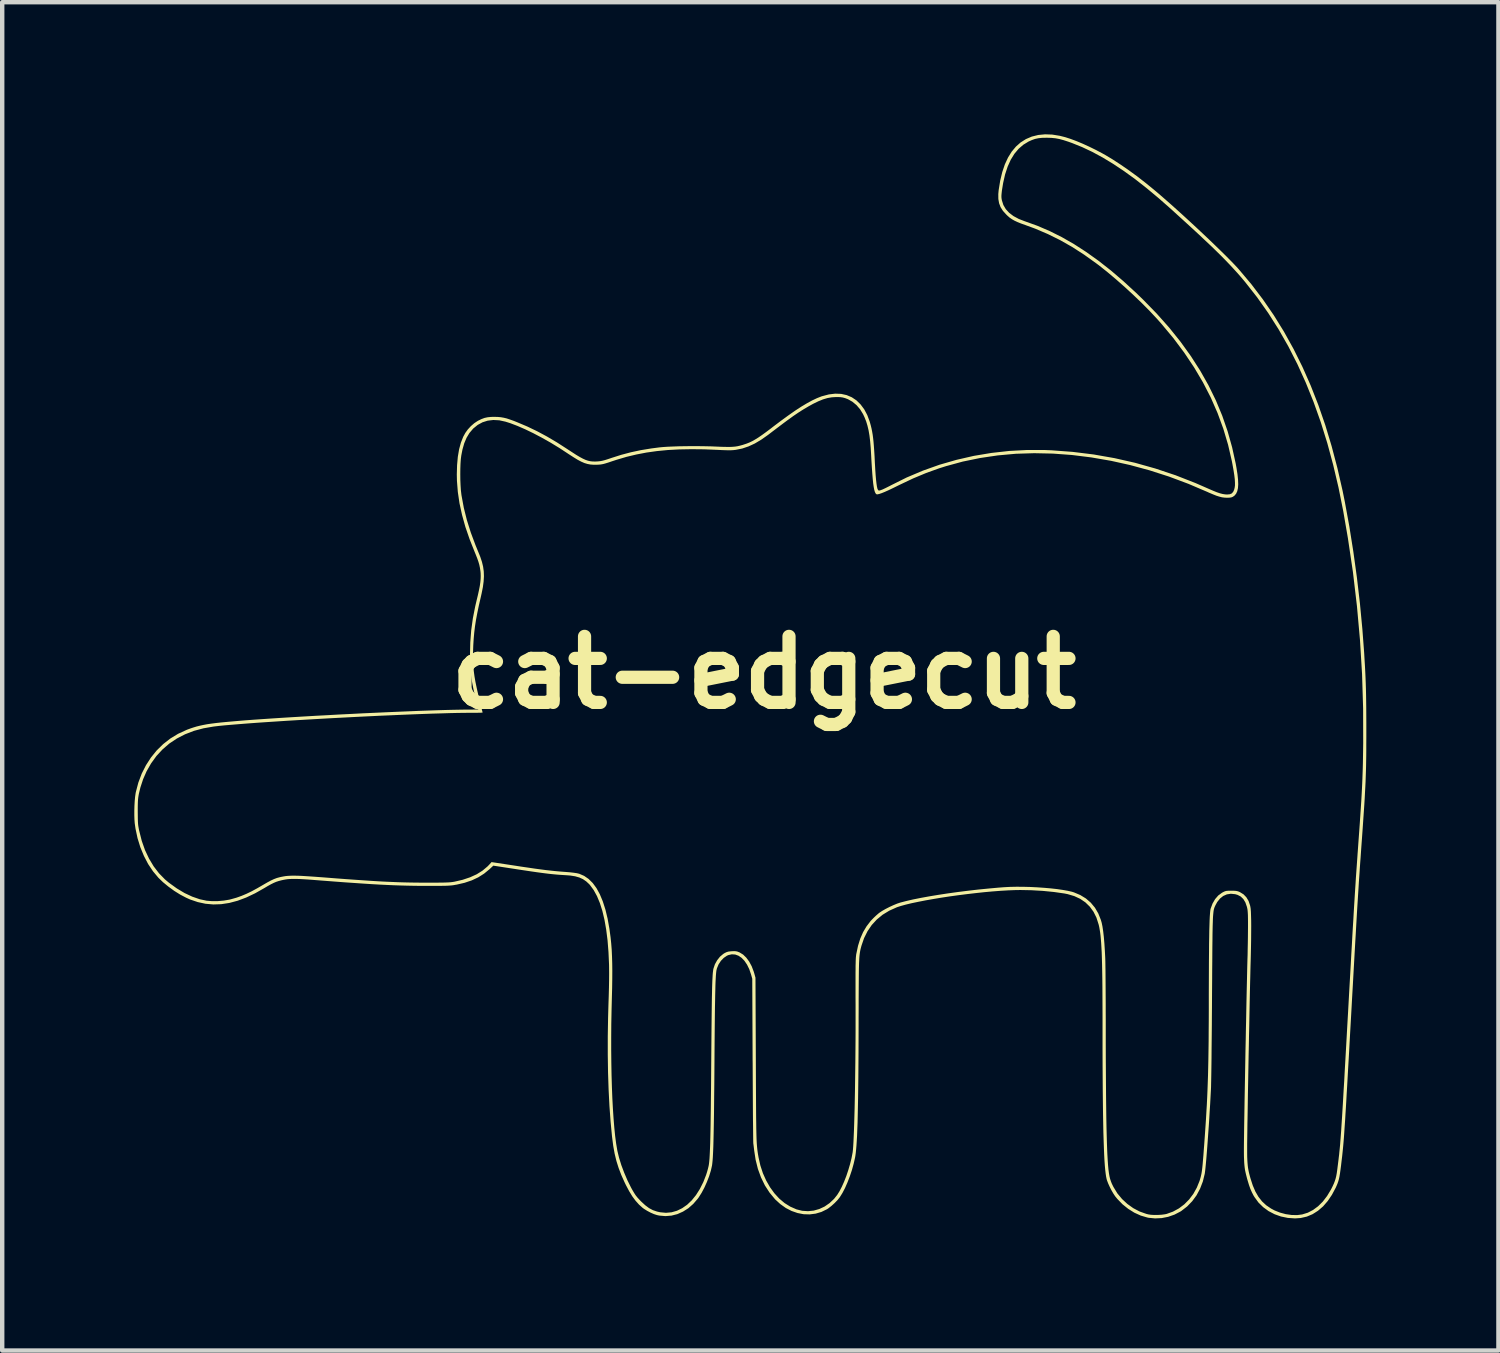
<source format=kicad_pcb>
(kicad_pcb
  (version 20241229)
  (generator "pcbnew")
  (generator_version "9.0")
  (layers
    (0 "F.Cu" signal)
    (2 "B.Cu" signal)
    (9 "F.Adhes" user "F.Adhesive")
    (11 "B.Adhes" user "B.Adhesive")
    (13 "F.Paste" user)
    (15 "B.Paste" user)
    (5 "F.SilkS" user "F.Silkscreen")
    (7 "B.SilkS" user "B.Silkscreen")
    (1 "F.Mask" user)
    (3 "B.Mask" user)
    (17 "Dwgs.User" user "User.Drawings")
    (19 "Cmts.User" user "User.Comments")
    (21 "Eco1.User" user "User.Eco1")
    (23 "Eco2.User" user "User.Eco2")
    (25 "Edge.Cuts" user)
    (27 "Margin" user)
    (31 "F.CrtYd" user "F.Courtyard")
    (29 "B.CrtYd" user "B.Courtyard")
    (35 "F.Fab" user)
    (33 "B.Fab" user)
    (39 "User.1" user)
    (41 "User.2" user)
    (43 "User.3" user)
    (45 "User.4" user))
  (footprint "cat-edgecut"
    (layer "F.Cu")
    (at 14.295 12.222)
    (property "Reference" "cat-edgecut" (at 0 0 0) (layer "F.SilkS") (effects (font (size 1.5 1.5) (thickness 0.3))))
    (attr board_only exclude_from_pos_files exclude_from_bom)
    (fp_poly (pts (xy 6.55 -12.216) (xy 6.722 -12.188) (xy 6.844 -12.157) (xy 6.962 -12.119) (xy 7.096 -12.069) (xy 7.24 -12.009) (xy 7.389 -11.941) (xy 7.538 -11.868) (xy 7.682 -11.792) (xy 7.759 -11.749) (xy 7.922 -11.651) (xy 8.097 -11.537) (xy 8.28 -11.411) (xy 8.467 -11.275) (xy 8.653 -11.131) (xy 8.834 -10.984) (xy 8.849 -10.972) (xy 8.969 -10.871) (xy 9.099 -10.758) (xy 9.236 -10.638) (xy 9.379 -10.51) (xy 9.526 -10.377) (xy 9.674 -10.241) (xy 9.822 -10.104) (xy 9.968 -9.967) (xy 10.11 -9.833) (xy 10.246 -9.702) (xy 10.374 -9.578) (xy 10.492 -9.462) (xy 10.598 -9.355) (xy 10.69 -9.26) (xy 10.766 -9.178) (xy 10.788 -9.153) (xy 11.068 -8.821) (xy 11.331 -8.475) (xy 11.579 -8.115) (xy 11.811 -7.74) (xy 12.028 -7.349) (xy 12.23 -6.942) (xy 12.417 -6.519) (xy 12.59 -6.078) (xy 12.749 -5.619) (xy 12.893 -5.141) (xy 13.024 -4.644) (xy 13.142 -4.128) (xy 13.192 -3.882) (xy 13.294 -3.325) (xy 13.385 -2.752) (xy 13.466 -2.167) (xy 13.535 -1.577) (xy 13.591 -0.987) (xy 13.632 -0.445) (xy 13.641 -0.288) (xy 13.65 -0.144) (xy 13.657 -0.009) (xy 13.663 0.12) (xy 13.668 0.246) (xy 13.672 0.374) (xy 13.675 0.506) (xy 13.677 0.646) (xy 13.679 0.797) (xy 13.68 0.963) (xy 13.681 1.146) (xy 13.681 1.316) (xy 13.681 1.476) (xy 13.68 1.623) (xy 13.68 1.759) (xy 13.679 1.887) (xy 13.677 2.008) (xy 13.675 2.125) (xy 13.672 2.24) (xy 13.668 2.355) (xy 13.664 2.472) (xy 13.658 2.593) (xy 13.651 2.721) (xy 13.644 2.857) (xy 13.635 3.003) (xy 13.624 3.163) (xy 13.612 3.337) (xy 13.599 3.528) (xy 13.584 3.738) (xy 13.567 3.97) (xy 13.559 4.083) (xy 13.551 4.202) (xy 13.542 4.317) (xy 13.534 4.43) (xy 13.527 4.542) (xy 13.519 4.655) (xy 13.511 4.77) (xy 13.504 4.888) (xy 13.496 5.011) (xy 13.488 5.141) (xy 13.479 5.278) (xy 13.47 5.424) (xy 13.461 5.581) (xy 13.451 5.75) (xy 13.441 5.932) (xy 13.429 6.129) (xy 13.417 6.342) (xy 13.404 6.573) (xy 13.39 6.823) (xy 13.375 7.094) (xy 13.358 7.386) (xy 13.346 7.605) (xy 13.328 7.926) (xy 13.311 8.224) (xy 13.296 8.499) (xy 13.282 8.753) (xy 13.268 8.987) (xy 13.256 9.202) (xy 13.245 9.399) (xy 13.234 9.58) (xy 13.225 9.744) (xy 13.216 9.894) (xy 13.207 10.03) (xy 13.2 10.154) (xy 13.192 10.266) (xy 13.185 10.368) (xy 13.179 10.461) (xy 13.173 10.545) (xy 13.167 10.622) (xy 13.161 10.693) (xy 13.155 10.759) (xy 13.149 10.821) (xy 13.143 10.88) (xy 13.137 10.937) (xy 13.131 10.993) (xy 13.124 11.05) (xy 13.117 11.108) (xy 13.11 11.168) (xy 13.108 11.188) (xy 13.094 11.294) (xy 13.082 11.379) (xy 13.07 11.449) (xy 13.057 11.508) (xy 13.042 11.56) (xy 13.024 11.61) (xy 13.002 11.662) (xy 12.987 11.696) (xy 12.9 11.859) (xy 12.804 12.001) (xy 12.699 12.122) (xy 12.584 12.221) (xy 12.461 12.299) (xy 12.33 12.354) (xy 12.191 12.386) (xy 12.062 12.395) (xy 11.899 12.384) (xy 11.743 12.352) (xy 11.597 12.3) (xy 11.461 12.229) (xy 11.339 12.14) (xy 11.232 12.035) (xy 11.143 11.913) (xy 11.12 11.876) (xy 11.082 11.802) (xy 11.048 11.725) (xy 11.017 11.638) (xy 10.986 11.536) (xy 10.974 11.495) (xy 10.96 11.44) (xy 10.947 11.389) (xy 10.936 11.341) (xy 10.926 11.293) (xy 10.919 11.243) (xy 10.913 11.19) (xy 10.908 11.13) (xy 10.905 11.063) (xy 10.902 10.985) (xy 10.901 10.894) (xy 10.901 10.79) (xy 10.902 10.669) (xy 10.904 10.529) (xy 10.906 10.369) (xy 10.908 10.232) (xy 10.911 10.059) (xy 10.914 9.873) (xy 10.917 9.675) (xy 10.921 9.466) (xy 10.925 9.25) (xy 10.929 9.028) (xy 10.933 8.803) (xy 10.937 8.576) (xy 10.942 8.35) (xy 10.946 8.126) (xy 10.951 7.907) (xy 10.955 7.694) (xy 10.959 7.491) (xy 10.963 7.298) (xy 10.967 7.119) (xy 10.971 6.954) (xy 10.974 6.807) (xy 10.977 6.678) (xy 10.98 6.571) (xy 10.981 6.528) (xy 10.985 6.408) (xy 10.987 6.276) (xy 10.99 6.141) (xy 10.992 6.009) (xy 10.993 5.886) (xy 10.994 5.78) (xy 10.994 5.759) (xy 10.994 5.655) (xy 10.993 5.572) (xy 10.992 5.507) (xy 10.989 5.455) (xy 10.986 5.414) (xy 10.982 5.379) (xy 10.976 5.348) (xy 10.969 5.319) (xy 10.935 5.221) (xy 10.889 5.144) (xy 10.829 5.086) (xy 10.756 5.048) (xy 10.703 5.033) (xy 10.605 5.023) (xy 10.514 5.037) (xy 10.432 5.073) (xy 10.359 5.131) (xy 10.295 5.211) (xy 10.262 5.271) (xy 10.252 5.29) (xy 10.244 5.308) (xy 10.236 5.325) (xy 10.229 5.344) (xy 10.223 5.364) (xy 10.217 5.389) (xy 10.212 5.417) (xy 10.208 5.452) (xy 10.204 5.493) (xy 10.2 5.542) (xy 10.197 5.601) (xy 10.195 5.671) (xy 10.192 5.752) (xy 10.19 5.846) (xy 10.188 5.954) (xy 10.187 6.078) (xy 10.185 6.218) (xy 10.184 6.375) (xy 10.183 6.552) (xy 10.181 6.749) (xy 10.18 6.966) (xy 10.178 7.207) (xy 10.177 7.368) (xy 10.176 7.582) (xy 10.174 7.793) (xy 10.173 7.999) (xy 10.171 8.197) (xy 10.169 8.387) (xy 10.167 8.568) (xy 10.166 8.736) (xy 10.164 8.891) (xy 10.162 9.032) (xy 10.16 9.156) (xy 10.158 9.262) (xy 10.156 9.348) (xy 10.155 9.413) (xy 10.153 9.456) (xy 10.153 9.458) (xy 10.144 9.623) (xy 10.135 9.792) (xy 10.124 9.963) (xy 10.114 10.134) (xy 10.103 10.303) (xy 10.091 10.467) (xy 10.08 10.624) (xy 10.069 10.773) (xy 10.058 10.912) (xy 10.048 11.037) (xy 10.038 11.147) (xy 10.029 11.24) (xy 10.021 11.314) (xy 10.014 11.367) (xy 10.012 11.381) (xy 9.969 11.556) (xy 9.906 11.72) (xy 9.826 11.87) (xy 9.728 12.004) (xy 9.613 12.123) (xy 9.484 12.223) (xy 9.458 12.24) (xy 9.325 12.309) (xy 9.182 12.359) (xy 9.034 12.388) (xy 8.884 12.395) (xy 8.737 12.381) (xy 8.709 12.375) (xy 8.559 12.331) (xy 8.413 12.265) (xy 8.274 12.178) (xy 8.144 12.074) (xy 8.027 11.953) (xy 7.98 11.896) (xy 7.939 11.835) (xy 7.896 11.761) (xy 7.855 11.681) (xy 7.819 11.602) (xy 7.792 11.531) (xy 7.783 11.499) (xy 7.772 11.446) (xy 7.762 11.378) (xy 7.752 11.295) (xy 7.743 11.196) (xy 7.735 11.081) (xy 7.728 10.949) (xy 7.722 10.799) (xy 7.716 10.631) (xy 7.71 10.445) (xy 7.706 10.238) (xy 7.702 10.012) (xy 7.699 9.765) (xy 7.696 9.497) (xy 7.694 9.208) (xy 7.692 8.895) (xy 7.691 8.56) (xy 7.691 8.201) (xy 7.691 8.111) (xy 7.691 7.835) (xy 7.69 7.582) (xy 7.689 7.351) (xy 7.688 7.141) (xy 7.686 6.95) (xy 7.683 6.777) (xy 7.68 6.622) (xy 7.676 6.482) (xy 7.672 6.357) (xy 7.666 6.245) (xy 7.66 6.145) (xy 7.653 6.056) (xy 7.646 5.977) (xy 7.637 5.906) (xy 7.627 5.842) (xy 7.617 5.784) (xy 7.605 5.731) (xy 7.6 5.714) (xy 7.552 5.564) (xy 7.486 5.432) (xy 7.402 5.317) (xy 7.302 5.219) (xy 7.185 5.139) (xy 7.051 5.077) (xy 6.9 5.032) (xy 6.825 5.017) (xy 6.588 4.983) (xy 6.336 4.958) (xy 6.078 4.943) (xy 5.824 4.938) (xy 5.704 4.94) (xy 5.547 4.946) (xy 5.377 4.956) (xy 5.196 4.97) (xy 5.007 4.987) (xy 4.813 5.008) (xy 4.616 5.031) (xy 4.418 5.056) (xy 4.222 5.083) (xy 4.031 5.112) (xy 3.846 5.143) (xy 3.67 5.174) (xy 3.507 5.206) (xy 3.358 5.237) (xy 3.225 5.269) (xy 3.112 5.3) (xy 3.02 5.33) (xy 3.016 5.332) (xy 2.849 5.407) (xy 2.698 5.499) (xy 2.565 5.608) (xy 2.45 5.733) (xy 2.354 5.874) (xy 2.276 6.03) (xy 2.22 6.193) (xy 2.21 6.227) (xy 2.202 6.258) (xy 2.194 6.289) (xy 2.188 6.32) (xy 2.182 6.353) (xy 2.177 6.39) (xy 2.172 6.431) (xy 2.168 6.479) (xy 2.165 6.534) (xy 2.162 6.599) (xy 2.16 6.674) (xy 2.158 6.761) (xy 2.157 6.862) (xy 2.156 6.977) (xy 2.155 7.109) (xy 2.154 7.259) (xy 2.153 7.427) (xy 2.153 7.617) (xy 2.152 7.828) (xy 2.152 7.977) (xy 2.151 8.314) (xy 2.15 8.627) (xy 2.148 8.918) (xy 2.146 9.187) (xy 2.143 9.434) (xy 2.14 9.661) (xy 2.136 9.868) (xy 2.132 10.056) (xy 2.128 10.226) (xy 2.122 10.379) (xy 2.117 10.515) (xy 2.11 10.635) (xy 2.103 10.741) (xy 2.095 10.832) (xy 2.087 10.91) (xy 2.078 10.975) (xy 2.072 11.011) (xy 2.04 11.152) (xy 2 11.297) (xy 1.952 11.44) (xy 1.899 11.578) (xy 1.843 11.706) (xy 1.784 11.819) (xy 1.726 11.912) (xy 1.724 11.915) (xy 1.672 11.98) (xy 1.607 12.047) (xy 1.536 12.111) (xy 1.467 12.165) (xy 1.435 12.186) (xy 1.308 12.248) (xy 1.176 12.287) (xy 1.041 12.304) (xy 0.903 12.3) (xy 0.765 12.273) (xy 0.63 12.226) (xy 0.498 12.158) (xy 0.373 12.069) (xy 0.255 11.961) (xy 0.252 11.957) (xy 0.13 11.81) (xy 0.024 11.646) (xy -0.064 11.466) (xy -0.135 11.271) (xy -0.187 11.063) (xy -0.219 10.854) (xy -0.226 10.797) (xy -0.232 10.746) (xy -0.237 10.708) (xy -0.239 10.695) (xy -0.24 10.679) (xy -0.241 10.64) (xy -0.242 10.579) (xy -0.243 10.498) (xy -0.244 10.398) (xy -0.245 10.28) (xy -0.247 10.146) (xy -0.248 9.997) (xy -0.249 9.835) (xy -0.25 9.66) (xy -0.251 9.475) (xy -0.252 9.281) (xy -0.253 9.078) (xy -0.254 8.868) (xy -0.255 8.806) (xy -0.263 6.953) (xy -0.29 6.857) (xy -0.331 6.736) (xy -0.382 6.632) (xy -0.44 6.546) (xy -0.505 6.478) (xy -0.576 6.43) (xy -0.65 6.403) (xy -0.728 6.398) (xy -0.806 6.416) (xy -0.838 6.43) (xy -0.91 6.479) (xy -0.975 6.546) (xy -1.028 6.627) (xy -1.065 6.716) (xy -1.073 6.747) (xy -1.078 6.772) (xy -1.082 6.805) (xy -1.086 6.846) (xy -1.09 6.896) (xy -1.093 6.956) (xy -1.097 7.028) (xy -1.1 7.113) (xy -1.102 7.211) (xy -1.105 7.324) (xy -1.107 7.453) (xy -1.11 7.599) (xy -1.112 7.763) (xy -1.114 7.946) (xy -1.116 8.149) (xy -1.118 8.374) (xy -1.12 8.622) (xy -1.121 8.806) (xy -1.123 9.094) (xy -1.125 9.359) (xy -1.128 9.602) (xy -1.13 9.823) (xy -1.132 10.024) (xy -1.135 10.206) (xy -1.138 10.369) (xy -1.141 10.515) (xy -1.144 10.644) (xy -1.147 10.758) (xy -1.151 10.858) (xy -1.155 10.944) (xy -1.159 11.018) (xy -1.164 11.08) (xy -1.169 11.132) (xy -1.174 11.175) (xy -1.177 11.195) (xy -1.203 11.31) (xy -1.242 11.436) (xy -1.292 11.566) (xy -1.349 11.693) (xy -1.412 11.812) (xy -1.477 11.915) (xy -1.499 11.946) (xy -1.602 12.065) (xy -1.714 12.164) (xy -1.836 12.241) (xy -1.964 12.298) (xy -2.097 12.332) (xy -2.234 12.343) (xy -2.373 12.331) (xy -2.425 12.32) (xy -2.494 12.298) (xy -2.572 12.264) (xy -2.651 12.222) (xy -2.723 12.177) (xy -2.755 12.153) (xy -2.836 12.08) (xy -2.913 11.994) (xy -2.987 11.894) (xy -3.059 11.776) (xy -3.132 11.638) (xy -3.163 11.574) (xy -3.237 11.409) (xy -3.298 11.249) (xy -3.348 11.09) (xy -3.388 10.925) (xy -3.42 10.749) (xy -3.445 10.555) (xy -3.448 10.531) (xy -3.48 10.198) (xy -3.506 9.843) (xy -3.525 9.471) (xy -3.538 9.081) (xy -3.544 8.678) (xy -3.544 8.264) (xy -3.537 7.84) (xy -3.529 7.551) (xy -3.522 7.341) (xy -3.517 7.151) (xy -3.514 6.981) (xy -3.513 6.832) (xy -3.514 6.706) (xy -3.515 6.632) (xy -3.528 6.346) (xy -3.549 6.081) (xy -3.58 5.836) (xy -3.619 5.614) (xy -3.667 5.412) (xy -3.724 5.233) (xy -3.789 5.076) (xy -3.863 4.941) (xy -3.945 4.829) (xy -3.966 4.805) (xy -4.034 4.742) (xy -4.107 4.692) (xy -4.189 4.654) (xy -4.284 4.627) (xy -4.396 4.609) (xy -4.491 4.602) (xy -4.571 4.597) (xy -4.647 4.592) (xy -4.72 4.586) (xy -4.794 4.579) (xy -4.871 4.571) (xy -4.954 4.561) (xy -5.046 4.549) (xy -5.149 4.535) (xy -5.267 4.518) (xy -5.401 4.498) (xy -5.556 4.475) (xy -5.658 4.459) (xy -6.143 4.385) (xy -6.229 4.465) (xy -6.352 4.566) (xy -6.485 4.65) (xy -6.632 4.719) (xy -6.795 4.774) (xy -6.976 4.816) (xy -6.986 4.817) (xy -7.024 4.824) (xy -7.059 4.83) (xy -7.094 4.834) (xy -7.133 4.837) (xy -7.178 4.84) (xy -7.231 4.842) (xy -7.296 4.843) (xy -7.375 4.844) (xy -7.471 4.844) (xy -7.587 4.844) (xy -7.666 4.844) (xy -7.815 4.844) (xy -7.961 4.842) (xy -8.107 4.839) (xy -8.253 4.835) (xy -8.404 4.83) (xy -8.56 4.823) (xy -8.725 4.815) (xy -8.9 4.805) (xy -9.087 4.793) (xy -9.289 4.779) (xy -9.509 4.764) (xy -9.748 4.746) (xy -10.008 4.726) (xy -10.061 4.722) (xy -10.214 4.71) (xy -10.344 4.7) (xy -10.456 4.693) (xy -10.55 4.688) (xy -10.631 4.686) (xy -10.7 4.686) (xy -10.76 4.688) (xy -10.813 4.692) (xy -10.863 4.699) (xy -10.911 4.708) (xy -10.952 4.717) (xy -11.014 4.733) (xy -11.072 4.752) (xy -11.129 4.776) (xy -11.193 4.808) (xy -11.267 4.849) (xy -11.344 4.895) (xy -11.553 5.013) (xy -11.755 5.109) (xy -11.95 5.182) (xy -12.139 5.232) (xy -12.323 5.26) (xy -12.503 5.266) (xy -12.68 5.25) (xy -12.855 5.212) (xy -13.029 5.153) (xy -13.12 5.112) (xy -13.253 5.042) (xy -13.389 4.957) (xy -13.521 4.861) (xy -13.643 4.761) (xy -13.747 4.661) (xy -13.871 4.513) (xy -13.982 4.347) (xy -14.077 4.164) (xy -14.158 3.968) (xy -14.222 3.761) (xy -14.268 3.545) (xy -14.286 3.42) (xy -14.292 3.338) (xy -14.295 3.24) (xy -14.295 3.163) (xy -14.217 3.163) (xy -14.216 3.256) (xy -14.215 3.33) (xy -14.213 3.389) (xy -14.21 3.439) (xy -14.205 3.483) (xy -14.197 3.528) (xy -14.188 3.578) (xy -14.183 3.597) (xy -14.126 3.822) (xy -14.052 4.032) (xy -13.961 4.225) (xy -13.856 4.4) (xy -13.735 4.558) (xy -13.599 4.697) (xy -13.511 4.771) (xy -13.331 4.901) (xy -13.154 5.007) (xy -12.979 5.089) (xy -12.808 5.148) (xy -12.653 5.181) (xy -12.531 5.191) (xy -12.398 5.19) (xy -12.262 5.178) (xy -12.133 5.156) (xy -12.091 5.145) (xy -11.974 5.112) (xy -11.862 5.072) (xy -11.748 5.024) (xy -11.63 4.967) (xy -11.501 4.897) (xy -11.37 4.821) (xy -11.275 4.766) (xy -11.195 4.723) (xy -11.124 4.69) (xy -11.058 4.665) (xy -10.991 4.647) (xy -10.955 4.639) (xy -10.908 4.63) (xy -10.86 4.622) (xy -10.81 4.617) (xy -10.756 4.614) (xy -10.695 4.612) (xy -10.625 4.613) (xy -10.543 4.615) (xy -10.448 4.62) (xy -10.337 4.627) (xy -10.207 4.636) (xy -10.057 4.647) (xy -9.964 4.654) (xy -9.712 4.674) (xy -9.483 4.691) (xy -9.273 4.706) (xy -9.081 4.719) (xy -8.904 4.731) (xy -8.739 4.741) (xy -8.586 4.749) (xy -8.441 4.755) (xy -8.302 4.761) (xy -8.167 4.765) (xy -8.033 4.768) (xy -7.899 4.77) (xy -7.761 4.771) (xy -7.672 4.771) (xy -7.542 4.771) (xy -7.433 4.771) (xy -7.343 4.77) (xy -7.269 4.769) (xy -7.209 4.767) (xy -7.16 4.765) (xy -7.118 4.762) (xy -7.083 4.758) (xy -7.05 4.753) (xy -7.026 4.749) (xy -6.84 4.706) (xy -6.67 4.649) (xy -6.519 4.58) (xy -6.387 4.497) (xy -6.275 4.403) (xy -6.238 4.365) (xy -6.183 4.304) (xy -5.677 4.381) (xy -5.496 4.409) (xy -5.337 4.432) (xy -5.195 4.453) (xy -5.068 4.47) (xy -4.952 4.485) (xy -4.844 4.497) (xy -4.742 4.508) (xy -4.641 4.517) (xy -4.54 4.525) (xy -4.51 4.527) (xy -4.401 4.536) (xy -4.315 4.546) (xy -4.248 4.556) (xy -4.197 4.568) (xy -4.192 4.569) (xy -4.081 4.617) (xy -3.979 4.687) (xy -3.885 4.78) (xy -3.8 4.896) (xy -3.724 5.035) (xy -3.657 5.196) (xy -3.598 5.38) (xy -3.548 5.587) (xy -3.507 5.816) (xy -3.48 6.015) (xy -3.466 6.15) (xy -3.455 6.29) (xy -3.448 6.438) (xy -3.443 6.598) (xy -3.441 6.771) (xy -3.442 6.961) (xy -3.445 7.17) (xy -3.45 7.349) (xy -3.458 7.664) (xy -3.464 7.975) (xy -3.466 8.28) (xy -3.466 8.578) (xy -3.463 8.868) (xy -3.458 9.148) (xy -3.45 9.416) (xy -3.44 9.671) (xy -3.427 9.911) (xy -3.412 10.135) (xy -3.395 10.341) (xy -3.376 10.528) (xy -3.354 10.694) (xy -3.33 10.837) (xy -3.326 10.86) (xy -3.288 11.017) (xy -3.236 11.185) (xy -3.171 11.358) (xy -3.097 11.531) (xy -3.015 11.696) (xy -2.984 11.752) (xy -2.945 11.818) (xy -2.909 11.873) (xy -2.868 11.924) (xy -2.818 11.978) (xy -2.785 12.012) (xy -2.694 12.096) (xy -2.607 12.161) (xy -2.519 12.208) (xy -2.424 12.24) (xy -2.352 12.256) (xy -2.222 12.268) (xy -2.094 12.256) (xy -1.972 12.221) (xy -1.854 12.163) (xy -1.742 12.085) (xy -1.638 11.986) (xy -1.541 11.866) (xy -1.453 11.727) (xy -1.374 11.57) (xy -1.311 11.408) (xy -1.29 11.342) (xy -1.27 11.27) (xy -1.254 11.204) (xy -1.249 11.177) (xy -1.244 11.14) (xy -1.239 11.093) (xy -1.234 11.035) (xy -1.23 10.966) (xy -1.226 10.885) (xy -1.222 10.791) (xy -1.218 10.682) (xy -1.215 10.558) (xy -1.212 10.417) (xy -1.209 10.26) (xy -1.207 10.084) (xy -1.204 9.889) (xy -1.202 9.674) (xy -1.199 9.438) (xy -1.197 9.179) (xy -1.195 8.898) (xy -1.194 8.794) (xy -1.192 8.53) (xy -1.19 8.29) (xy -1.188 8.071) (xy -1.186 7.874) (xy -1.184 7.697) (xy -1.182 7.538) (xy -1.18 7.397) (xy -1.177 7.273) (xy -1.175 7.165) (xy -1.172 7.07) (xy -1.169 6.989) (xy -1.165 6.92) (xy -1.162 6.863) (xy -1.158 6.815) (xy -1.153 6.776) (xy -1.149 6.744) (xy -1.144 6.722) (xy -1.111 6.624) (xy -1.06 6.533) (xy -0.996 6.452) (xy -0.921 6.389) (xy -0.887 6.368) (xy -0.845 6.348) (xy -0.804 6.336) (xy -0.752 6.33) (xy -0.724 6.328) (xy -0.671 6.326) (xy -0.632 6.329) (xy -0.597 6.337) (xy -0.557 6.353) (xy -0.55 6.356) (xy -0.471 6.404) (xy -0.399 6.474) (xy -0.333 6.563) (xy -0.276 6.669) (xy -0.23 6.79) (xy -0.217 6.832) (xy -0.19 6.929) (xy -0.182 8.775) (xy -0.181 9.029) (xy -0.18 9.26) (xy -0.179 9.469) (xy -0.178 9.657) (xy -0.177 9.826) (xy -0.176 9.977) (xy -0.175 10.112) (xy -0.173 10.231) (xy -0.172 10.337) (xy -0.17 10.43) (xy -0.168 10.511) (xy -0.166 10.582) (xy -0.163 10.644) (xy -0.16 10.699) (xy -0.156 10.748) (xy -0.152 10.792) (xy -0.148 10.832) (xy -0.143 10.87) (xy -0.138 10.906) (xy -0.132 10.943) (xy -0.125 10.982) (xy -0.121 11.006) (xy -0.079 11.193) (xy -0.021 11.37) (xy 0.053 11.535) (xy 0.14 11.687) (xy 0.239 11.824) (xy 0.35 11.945) (xy 0.471 12.047) (xy 0.601 12.128) (xy 0.738 12.188) (xy 0.739 12.189) (xy 0.87 12.222) (xy 1.002 12.231) (xy 1.132 12.218) (xy 1.259 12.182) (xy 1.379 12.126) (xy 1.492 12.048) (xy 1.594 11.952) (xy 1.665 11.863) (xy 1.717 11.78) (xy 1.77 11.678) (xy 1.823 11.56) (xy 1.873 11.432) (xy 1.918 11.297) (xy 1.958 11.161) (xy 1.991 11.028) (xy 2.015 10.903) (xy 2.017 10.891) (xy 2.023 10.837) (xy 2.029 10.76) (xy 2.035 10.662) (xy 2.04 10.544) (xy 2.046 10.408) (xy 2.051 10.255) (xy 2.056 10.086) (xy 2.061 9.904) (xy 2.065 9.709) (xy 2.069 9.504) (xy 2.072 9.289) (xy 2.075 9.066) (xy 2.078 8.837) (xy 2.08 8.603) (xy 2.082 8.366) (xy 2.083 8.127) (xy 2.083 7.888) (xy 2.083 7.65) (xy 2.083 7.551) (xy 2.082 7.364) (xy 2.082 7.199) (xy 2.082 7.056) (xy 2.082 6.932) (xy 2.082 6.826) (xy 2.083 6.736) (xy 2.083 6.66) (xy 2.085 6.597) (xy 2.086 6.545) (xy 2.088 6.502) (xy 2.09 6.466) (xy 2.093 6.437) (xy 2.096 6.411) (xy 2.099 6.388) (xy 2.1 6.387) (xy 2.139 6.204) (xy 2.19 6.04) (xy 2.254 5.894) (xy 2.332 5.763) (xy 2.424 5.643) (xy 2.45 5.615) (xy 2.498 5.566) (xy 2.55 5.517) (xy 2.599 5.474) (xy 2.62 5.457) (xy 2.683 5.415) (xy 2.761 5.37) (xy 2.849 5.325) (xy 2.94 5.283) (xy 3.027 5.247) (xy 3.099 5.223) (xy 3.234 5.188) (xy 3.39 5.152) (xy 3.565 5.117) (xy 3.757 5.082) (xy 3.962 5.048) (xy 4.178 5.015) (xy 4.402 4.984) (xy 4.632 4.955) (xy 4.865 4.928) (xy 5.098 4.905) (xy 5.328 4.884) (xy 5.46 4.874) (xy 5.594 4.867) (xy 5.739 4.864) (xy 5.892 4.865) (xy 6.049 4.869) (xy 6.208 4.877) (xy 6.365 4.888) (xy 6.516 4.901) (xy 6.658 4.917) (xy 6.788 4.936) (xy 6.902 4.956) (xy 6.998 4.978) (xy 7.042 4.992) (xy 7.185 5.052) (xy 7.313 5.13) (xy 7.424 5.226) (xy 7.518 5.339) (xy 7.594 5.469) (xy 7.652 5.614) (xy 7.672 5.683) (xy 7.689 5.765) (xy 7.705 5.871) (xy 7.72 6) (xy 7.733 6.15) (xy 7.744 6.322) (xy 7.751 6.454) (xy 7.753 6.5) (xy 7.755 6.569) (xy 7.756 6.659) (xy 7.758 6.767) (xy 7.759 6.892) (xy 7.76 7.032) (xy 7.761 7.184) (xy 7.762 7.347) (xy 7.763 7.52) (xy 7.763 7.699) (xy 7.764 7.883) (xy 7.764 8.07) (xy 7.764 8.093) (xy 7.764 8.437) (xy 7.765 8.765) (xy 7.767 9.075) (xy 7.769 9.367) (xy 7.771 9.64) (xy 7.774 9.893) (xy 7.777 10.126) (xy 7.781 10.337) (xy 7.786 10.527) (xy 7.791 10.695) (xy 7.796 10.839) (xy 7.8 10.933) (xy 7.808 11.07) (xy 7.816 11.185) (xy 7.825 11.283) (xy 7.836 11.366) (xy 7.848 11.437) (xy 7.863 11.499) (xy 7.882 11.556) (xy 7.904 11.611) (xy 7.931 11.666) (xy 7.941 11.685) (xy 8.028 11.827) (xy 8.134 11.955) (xy 8.255 12.067) (xy 8.388 12.162) (xy 8.532 12.238) (xy 8.684 12.292) (xy 8.731 12.304) (xy 8.792 12.313) (xy 8.869 12.317) (xy 8.953 12.316) (xy 9.036 12.311) (xy 9.109 12.301) (xy 9.147 12.293) (xy 9.291 12.241) (xy 9.425 12.168) (xy 9.547 12.076) (xy 9.657 11.965) (xy 9.753 11.838) (xy 9.832 11.696) (xy 9.895 11.541) (xy 9.921 11.451) (xy 9.929 11.416) (xy 9.937 11.379) (xy 9.944 11.337) (xy 9.951 11.287) (xy 9.958 11.228) (xy 9.965 11.156) (xy 9.972 11.069) (xy 9.981 10.965) (xy 9.99 10.841) (xy 10 10.713) (xy 10.014 10.516) (xy 10.027 10.33) (xy 10.039 10.152) (xy 10.049 9.981) (xy 10.059 9.815) (xy 10.067 9.651) (xy 10.074 9.486) (xy 10.08 9.32) (xy 10.086 9.15) (xy 10.09 8.972) (xy 10.094 8.787) (xy 10.097 8.59) (xy 10.1 8.381) (xy 10.101 8.156) (xy 10.103 7.914) (xy 10.104 7.652) (xy 10.104 7.369) (xy 10.104 7.301) (xy 10.105 7.027) (xy 10.106 6.778) (xy 10.107 6.551) (xy 10.109 6.347) (xy 10.11 6.164) (xy 10.113 6.001) (xy 10.115 5.859) (xy 10.119 5.735) (xy 10.122 5.63) (xy 10.126 5.543) (xy 10.131 5.473) (xy 10.136 5.419) (xy 10.141 5.381) (xy 10.145 5.363) (xy 10.189 5.245) (xy 10.247 5.145) (xy 10.318 5.063) (xy 10.402 5.001) (xy 10.411 4.996) (xy 10.447 4.977) (xy 10.476 4.965) (xy 10.506 4.958) (xy 10.543 4.955) (xy 10.596 4.955) (xy 10.616 4.955) (xy 10.677 4.955) (xy 10.721 4.958) (xy 10.756 4.965) (xy 10.788 4.976) (xy 10.812 4.987) (xy 10.892 5.036) (xy 10.956 5.102) (xy 11.006 5.185) (xy 11.041 5.288) (xy 11.048 5.32) (xy 11.055 5.365) (xy 11.06 5.432) (xy 11.063 5.52) (xy 11.066 5.629) (xy 11.067 5.755) (xy 11.066 5.899) (xy 11.065 6.058) (xy 11.062 6.231) (xy 11.058 6.417) (xy 11.055 6.54) (xy 11.052 6.636) (xy 11.049 6.753) (xy 11.046 6.891) (xy 11.042 7.047) (xy 11.038 7.219) (xy 11.034 7.405) (xy 11.03 7.603) (xy 11.026 7.811) (xy 11.022 8.026) (xy 11.017 8.247) (xy 11.013 8.472) (xy 11.008 8.698) (xy 11.004 8.924) (xy 11 9.146) (xy 10.996 9.364) (xy 10.992 9.576) (xy 10.989 9.778) (xy 10.986 9.969) (xy 10.983 10.148) (xy 10.981 10.232) (xy 10.979 10.408) (xy 10.977 10.561) (xy 10.975 10.695) (xy 10.975 10.81) (xy 10.975 10.91) (xy 10.976 10.996) (xy 10.979 11.07) (xy 10.983 11.135) (xy 10.988 11.192) (xy 10.994 11.244) (xy 11.003 11.293) (xy 11.012 11.34) (xy 11.024 11.389) (xy 11.038 11.442) (xy 11.05 11.485) (xy 11.102 11.646) (xy 11.162 11.786) (xy 11.232 11.906) (xy 11.313 12.009) (xy 11.408 12.097) (xy 11.517 12.171) (xy 11.597 12.214) (xy 11.72 12.263) (xy 11.85 12.298) (xy 11.982 12.317) (xy 12.109 12.32) (xy 12.224 12.305) (xy 12.351 12.266) (xy 12.472 12.203) (xy 12.586 12.119) (xy 12.693 12.013) (xy 12.79 11.886) (xy 12.878 11.74) (xy 12.913 11.671) (xy 12.942 11.608) (xy 12.964 11.552) (xy 12.982 11.497) (xy 12.997 11.437) (xy 13.01 11.366) (xy 13.022 11.28) (xy 13.028 11.231) (xy 13.036 11.17) (xy 13.043 11.112) (xy 13.05 11.057) (xy 13.056 11.003) (xy 13.063 10.949) (xy 13.068 10.894) (xy 13.074 10.837) (xy 13.08 10.777) (xy 13.086 10.714) (xy 13.091 10.645) (xy 13.097 10.571) (xy 13.103 10.49) (xy 13.11 10.4) (xy 13.116 10.301) (xy 13.123 10.193) (xy 13.131 10.073) (xy 13.139 9.94) (xy 13.148 9.795) (xy 13.157 9.635) (xy 13.167 9.46) (xy 13.179 9.269) (xy 13.19 9.06) (xy 13.203 8.833) (xy 13.217 8.587) (xy 13.232 8.32) (xy 13.248 8.031) (xy 13.266 7.72) (xy 13.279 7.483) (xy 13.296 7.179) (xy 13.312 6.897) (xy 13.327 6.637) (xy 13.34 6.397) (xy 13.353 6.175) (xy 13.364 5.971) (xy 13.375 5.782) (xy 13.386 5.607) (xy 13.395 5.446) (xy 13.404 5.295) (xy 13.413 5.154) (xy 13.421 5.022) (xy 13.429 4.897) (xy 13.437 4.777) (xy 13.444 4.662) (xy 13.452 4.549) (xy 13.46 4.437) (xy 13.468 4.325) (xy 13.476 4.212) (xy 13.484 4.095) (xy 13.486 4.071) (xy 13.503 3.831) (xy 13.519 3.614) (xy 13.533 3.416) (xy 13.545 3.237) (xy 13.556 3.072) (xy 13.566 2.922) (xy 13.574 2.782) (xy 13.581 2.651) (xy 13.587 2.528) (xy 13.592 2.409) (xy 13.596 2.292) (xy 13.6 2.176) (xy 13.603 2.058) (xy 13.605 1.935) (xy 13.607 1.807) (xy 13.609 1.67) (xy 13.61 1.597) (xy 13.608 0.813) (xy 13.584 0.036) (xy 13.537 -0.737) (xy 13.468 -1.508) (xy 13.377 -2.28) (xy 13.262 -3.055) (xy 13.156 -3.669) (xy 13.049 -4.203) (xy 12.928 -4.717) (xy 12.794 -5.212) (xy 12.646 -5.687) (xy 12.483 -6.144) (xy 12.306 -6.583) (xy 12.115 -7.004) (xy 11.909 -7.408) (xy 11.688 -7.795) (xy 11.452 -8.166) (xy 11.201 -8.521) (xy 10.935 -8.86) (xy 10.908 -8.893) (xy 10.831 -8.984) (xy 10.752 -9.074) (xy 10.669 -9.165) (xy 10.582 -9.259) (xy 10.489 -9.356) (xy 10.389 -9.458) (xy 10.28 -9.565) (xy 10.161 -9.681) (xy 10.03 -9.804) (xy 9.888 -9.938) (xy 9.731 -10.083) (xy 9.559 -10.24) (xy 9.371 -10.411) (xy 9.245 -10.526) (xy 8.965 -10.772) (xy 8.695 -10.997) (xy 8.434 -11.202) (xy 8.18 -11.386) (xy 7.934 -11.55) (xy 7.693 -11.696) (xy 7.458 -11.823) (xy 7.227 -11.932) (xy 6.999 -12.024) (xy 6.918 -12.053) (xy 6.807 -12.089) (xy 6.711 -12.115) (xy 6.621 -12.132) (xy 6.531 -12.141) (xy 6.433 -12.144) (xy 6.417 -12.144) (xy 6.317 -12.142) (xy 6.233 -12.133) (xy 6.158 -12.117) (xy 6.085 -12.091) (xy 6.013 -12.059) (xy 5.893 -11.986) (xy 5.785 -11.893) (xy 5.69 -11.78) (xy 5.607 -11.645) (xy 5.537 -11.49) (xy 5.479 -11.314) (xy 5.434 -11.117) (xy 5.406 -10.945) (xy 5.399 -10.88) (xy 5.395 -10.832) (xy 5.395 -10.793) (xy 5.399 -10.757) (xy 5.406 -10.721) (xy 5.439 -10.617) (xy 5.494 -10.523) (xy 5.571 -10.439) (xy 5.669 -10.365) (xy 5.79 -10.3) (xy 5.932 -10.245) (xy 5.936 -10.244) (xy 6.214 -10.144) (xy 6.491 -10.025) (xy 6.767 -9.887) (xy 7.043 -9.729) (xy 7.32 -9.55) (xy 7.6 -9.35) (xy 7.882 -9.129) (xy 8.167 -8.885) (xy 8.457 -8.618) (xy 8.615 -8.465) (xy 8.921 -8.151) (xy 9.203 -7.834) (xy 9.461 -7.513) (xy 9.695 -7.188) (xy 9.907 -6.858) (xy 10.097 -6.522) (xy 10.264 -6.181) (xy 10.409 -5.832) (xy 10.532 -5.476) (xy 10.634 -5.113) (xy 10.716 -4.74) (xy 10.732 -4.65) (xy 10.755 -4.504) (xy 10.768 -4.38) (xy 10.772 -4.275) (xy 10.766 -4.188) (xy 10.75 -4.117) (xy 10.724 -4.061) (xy 10.688 -4.018) (xy 10.653 -3.993) (xy 10.622 -3.979) (xy 10.583 -3.972) (xy 10.529 -3.969) (xy 10.519 -3.969) (xy 10.461 -3.972) (xy 10.405 -3.979) (xy 10.345 -3.994) (xy 10.278 -4.015) (xy 10.2 -4.046) (xy 10.105 -4.086) (xy 10.073 -4.101) (xy 9.639 -4.286) (xy 9.2 -4.45) (xy 8.758 -4.592) (xy 8.316 -4.712) (xy 7.888 -4.807) (xy 7.438 -4.885) (xy 6.997 -4.94) (xy 6.564 -4.972) (xy 6.139 -4.981) (xy 5.722 -4.968) (xy 5.313 -4.931) (xy 4.913 -4.872) (xy 4.519 -4.791) (xy 4.134 -4.686) (xy 3.979 -4.637) (xy 3.687 -4.532) (xy 3.392 -4.409) (xy 3.09 -4.266) (xy 3.059 -4.251) (xy 2.935 -4.19) (xy 2.831 -4.14) (xy 2.745 -4.102) (xy 2.676 -4.074) (xy 2.623 -4.056) (xy 2.583 -4.047) (xy 2.57 -4.046) (xy 2.552 -4.052) (xy 2.536 -4.071) (xy 2.521 -4.103) (xy 2.507 -4.15) (xy 2.495 -4.213) (xy 2.483 -4.294) (xy 2.473 -4.394) (xy 2.463 -4.513) (xy 2.453 -4.653) (xy 2.443 -4.816) (xy 2.437 -4.93) (xy 2.427 -5.102) (xy 2.414 -5.252) (xy 2.398 -5.384) (xy 2.378 -5.501) (xy 2.353 -5.606) (xy 2.324 -5.702) (xy 2.289 -5.791) (xy 2.253 -5.868) (xy 2.186 -5.977) (xy 2.105 -6.072) (xy 2.012 -6.149) (xy 1.91 -6.207) (xy 1.847 -6.231) (xy 1.792 -6.246) (xy 1.736 -6.254) (xy 1.67 -6.256) (xy 1.639 -6.256) (xy 1.542 -6.25) (xy 1.445 -6.233) (xy 1.344 -6.203) (xy 1.236 -6.159) (xy 1.117 -6.101) (xy 1.014 -6.044) (xy 0.955 -6.009) (xy 0.899 -5.976) (xy 0.845 -5.942) (xy 0.79 -5.907) (xy 0.732 -5.868) (xy 0.669 -5.825) (xy 0.6 -5.775) (xy 0.521 -5.718) (xy 0.431 -5.651) (xy 0.328 -5.573) (xy 0.21 -5.484) (xy 0.095 -5.396) (xy -0.059 -5.288) (xy -0.205 -5.201) (xy -0.348 -5.135) (xy -0.49 -5.087) (xy -0.633 -5.058) (xy -0.646 -5.056) (xy -0.692 -5.051) (xy -0.742 -5.048) (xy -0.8 -5.047) (xy -0.871 -5.049) (xy -0.959 -5.052) (xy -1.04 -5.056) (xy -1.353 -5.069) (xy -1.646 -5.072) (xy -1.921 -5.067) (xy -2.18 -5.053) (xy -2.427 -5.029) (xy -2.663 -4.996) (xy -2.892 -4.952) (xy -3.115 -4.899) (xy -3.335 -4.834) (xy -3.443 -4.799) (xy -3.522 -4.772) (xy -3.583 -4.753) (xy -3.631 -4.739) (xy -3.672 -4.73) (xy -3.711 -4.724) (xy -3.752 -4.721) (xy -3.791 -4.719) (xy -3.869 -4.719) (xy -3.939 -4.724) (xy -4.007 -4.737) (xy -4.076 -4.758) (xy -4.149 -4.79) (xy -4.23 -4.833) (xy -4.321 -4.889) (xy -4.428 -4.958) (xy -4.443 -4.968) (xy -4.641 -5.098) (xy -4.841 -5.22) (xy -5.039 -5.332) (xy -5.233 -5.434) (xy -5.419 -5.524) (xy -5.596 -5.601) (xy -5.759 -5.663) (xy -5.867 -5.697) (xy -6.008 -5.728) (xy -6.143 -5.735) (xy -6.27 -5.72) (xy -6.388 -5.683) (xy -6.498 -5.623) (xy -6.598 -5.542) (xy -6.606 -5.533) (xy -6.685 -5.44) (xy -6.75 -5.332) (xy -6.803 -5.207) (xy -6.844 -5.063) (xy -6.87 -4.93) (xy -6.881 -4.846) (xy -6.888 -4.743) (xy -6.892 -4.628) (xy -6.893 -4.505) (xy -6.892 -4.38) (xy -6.887 -4.259) (xy -6.88 -4.147) (xy -6.869 -4.05) (xy -6.865 -4.022) (xy -6.813 -3.741) (xy -6.743 -3.461) (xy -6.654 -3.178) (xy -6.546 -2.889) (xy -6.493 -2.76) (xy -6.441 -2.633) (xy -6.402 -2.516) (xy -6.375 -2.406) (xy -6.36 -2.297) (xy -6.356 -2.186) (xy -6.363 -2.068) (xy -6.38 -1.939) (xy -6.409 -1.795) (xy -6.429 -1.706) (xy -6.472 -1.52) (xy -6.507 -1.351) (xy -6.536 -1.197) (xy -6.559 -1.05) (xy -6.576 -0.908) (xy -6.589 -0.765) (xy -6.598 -0.617) (xy -6.602 -0.5) (xy -6.604 -0.374) (xy -6.603 -0.256) (xy -6.597 -0.142) (xy -6.586 -0.028) (xy -6.57 0.09) (xy -6.548 0.216) (xy -6.519 0.355) (xy -6.484 0.509) (xy -6.454 0.631) (xy -6.435 0.709) (xy -6.418 0.779) (xy -6.404 0.836) (xy -6.393 0.879) (xy -6.387 0.904) (xy -6.387 0.909) (xy -6.398 0.91) (xy -6.431 0.912) (xy -6.481 0.913) (xy -6.544 0.914) (xy -6.618 0.914) (xy -6.652 0.914) (xy -6.791 0.915) (xy -6.951 0.917) (xy -7.129 0.921) (xy -7.323 0.927) (xy -7.533 0.933) (xy -7.755 0.941) (xy -7.99 0.95) (xy -8.234 0.96) (xy -8.486 0.971) (xy -8.745 0.982) (xy -9.008 0.995) (xy -9.275 1.008) (xy -9.543 1.022) (xy -9.811 1.036) (xy -10.076 1.051) (xy -10.338 1.066) (xy -10.594 1.081) (xy -10.844 1.096) (xy -11.084 1.112) (xy -11.314 1.127) (xy -11.531 1.142) (xy -11.735 1.157) (xy -11.922 1.172) (xy -12.093 1.186) (xy -12.244 1.199) (xy -12.375 1.212) (xy -12.483 1.225) (xy -12.493 1.226) (xy -12.724 1.266) (xy -12.941 1.324) (xy -13.143 1.402) (xy -13.329 1.498) (xy -13.5 1.612) (xy -13.654 1.745) (xy -13.793 1.895) (xy -13.915 2.064) (xy -14.017 2.243) (xy -14.095 2.421) (xy -14.157 2.61) (xy -14.19 2.746) (xy -14.199 2.794) (xy -14.206 2.839) (xy -14.211 2.885) (xy -14.214 2.937) (xy -14.216 3) (xy -14.217 3.077) (xy -14.217 3.163) (xy -14.295 3.163) (xy -14.295 3.133) (xy -14.292 3.023) (xy -14.286 2.917) (xy -14.277 2.82) (xy -14.265 2.738) (xy -14.26 2.712) (xy -14.203 2.497) (xy -14.126 2.293) (xy -14.03 2.104) (xy -13.916 1.928) (xy -13.786 1.768) (xy -13.639 1.624) (xy -13.477 1.498) (xy -13.301 1.391) (xy -13.112 1.304) (xy -13.09 1.295) (xy -13.019 1.269) (xy -12.95 1.246) (xy -12.88 1.225) (xy -12.807 1.207) (xy -12.729 1.19) (xy -12.644 1.174) (xy -12.548 1.16) (xy -12.441 1.146) (xy -12.32 1.133) (xy -12.182 1.12) (xy -12.025 1.106) (xy -11.847 1.091) (xy -11.774 1.085) (xy -11.585 1.071) (xy -11.381 1.057) (xy -11.161 1.042) (xy -10.929 1.027) (xy -10.686 1.012) (xy -10.435 0.997) (xy -10.176 0.982) (xy -9.912 0.968) (xy -9.646 0.953) (xy -9.378 0.94) (xy -9.11 0.926) (xy -8.845 0.914) (xy -8.585 0.902) (xy -8.331 0.891) (xy -8.085 0.881) (xy -7.85 0.871) (xy -7.626 0.863) (xy -7.417 0.856) (xy -7.223 0.85) (xy -7.047 0.846) (xy -6.891 0.843) (xy -6.757 0.841) (xy -6.707 0.841) (xy -6.636 0.841) (xy -6.575 0.84) (xy -6.526 0.838) (xy -6.495 0.836) (xy -6.484 0.834) (xy -6.487 0.821) (xy -6.495 0.788) (xy -6.506 0.74) (xy -6.521 0.682) (xy -6.526 0.661) (xy -6.564 0.507) (xy -6.595 0.372) (xy -6.619 0.251) (xy -6.639 0.14) (xy -6.653 0.035) (xy -6.663 -0.07) (xy -6.669 -0.178) (xy -6.672 -0.294) (xy -6.673 -0.402) (xy -6.666 -0.687) (xy -6.645 -0.96) (xy -6.608 -1.228) (xy -6.555 -1.499) (xy -6.526 -1.623) (xy -6.494 -1.756) (xy -6.469 -1.869) (xy -6.45 -1.966) (xy -6.438 -2.05) (xy -6.431 -2.124) (xy -6.429 -2.192) (xy -6.431 -2.257) (xy -6.436 -2.308) (xy -6.447 -2.379) (xy -6.461 -2.446) (xy -6.481 -2.515) (xy -6.508 -2.592) (xy -6.543 -2.682) (xy -6.563 -2.73) (xy -6.68 -3.024) (xy -6.777 -3.306) (xy -6.853 -3.579) (xy -6.911 -3.843) (xy -6.949 -4.101) (xy -6.969 -4.354) (xy -6.972 -4.497) (xy -6.966 -4.709) (xy -6.949 -4.899) (xy -6.92 -5.07) (xy -6.879 -5.221) (xy -6.826 -5.355) (xy -6.779 -5.441) (xy -6.723 -5.519) (xy -6.653 -5.595) (xy -6.576 -5.662) (xy -6.499 -5.713) (xy -6.49 -5.718) (xy -6.412 -5.756) (xy -6.342 -5.782) (xy -6.272 -5.797) (xy -6.193 -5.805) (xy -6.112 -5.806) (xy -6.039 -5.804) (xy -5.973 -5.798) (xy -5.909 -5.787) (xy -5.841 -5.771) (xy -5.766 -5.746) (xy -5.676 -5.714) (xy -5.601 -5.684) (xy -5.374 -5.588) (xy -5.151 -5.481) (xy -4.927 -5.361) (xy -4.698 -5.226) (xy -4.467 -5.077) (xy -4.355 -5.004) (xy -4.261 -4.943) (xy -4.18 -4.895) (xy -4.111 -4.858) (xy -4.05 -4.83) (xy -3.995 -4.811) (xy -3.943 -4.799) (xy -3.89 -4.793) (xy -3.835 -4.792) (xy -3.792 -4.793) (xy -3.746 -4.797) (xy -3.704 -4.802) (xy -3.661 -4.811) (xy -3.611 -4.824) (xy -3.55 -4.843) (xy -3.472 -4.869) (xy -3.458 -4.874) (xy -3.238 -4.944) (xy -3.019 -5.002) (xy -2.794 -5.05) (xy -2.556 -5.089) (xy -2.371 -5.113) (xy -2.285 -5.121) (xy -2.18 -5.128) (xy -2.057 -5.133) (xy -1.923 -5.138) (xy -1.779 -5.14) (xy -1.63 -5.142) (xy -1.481 -5.141) (xy -1.334 -5.139) (xy -1.194 -5.136) (xy -1.079 -5.131) (xy -0.96 -5.126) (xy -0.862 -5.124) (xy -0.78 -5.123) (xy -0.711 -5.126) (xy -0.651 -5.131) (xy -0.595 -5.14) (xy -0.54 -5.153) (xy -0.481 -5.169) (xy -0.457 -5.177) (xy -0.39 -5.199) (xy -0.325 -5.225) (xy -0.261 -5.256) (xy -0.194 -5.294) (xy -0.12 -5.34) (xy -0.039 -5.396) (xy 0.055 -5.464) (xy 0.163 -5.545) (xy 0.201 -5.575) (xy 0.385 -5.714) (xy 0.554 -5.837) (xy 0.708 -5.945) (xy 0.849 -6.037) (xy 0.978 -6.114) (xy 1.097 -6.179) (xy 1.207 -6.231) (xy 1.309 -6.271) (xy 1.326 -6.276) (xy 1.477 -6.316) (xy 1.62 -6.333) (xy 1.755 -6.328) (xy 1.881 -6.3) (xy 1.997 -6.251) (xy 2.102 -6.181) (xy 2.196 -6.089) (xy 2.279 -5.978) (xy 2.349 -5.846) (xy 2.405 -5.695) (xy 2.43 -5.605) (xy 2.446 -5.538) (xy 2.459 -5.472) (xy 2.471 -5.403) (xy 2.481 -5.328) (xy 2.49 -5.245) (xy 2.498 -5.15) (xy 2.506 -5.04) (xy 2.514 -4.913) (xy 2.521 -4.765) (xy 2.524 -4.717) (xy 2.531 -4.593) (xy 2.539 -4.479) (xy 2.548 -4.377) (xy 2.558 -4.291) (xy 2.568 -4.224) (xy 2.579 -4.176) (xy 2.583 -4.165) (xy 2.597 -4.141) (xy 2.614 -4.132) (xy 2.644 -4.138) (xy 2.695 -4.157) (xy 2.763 -4.189) (xy 2.847 -4.231) (xy 2.889 -4.253) (xy 3.245 -4.43) (xy 3.612 -4.585) (xy 3.989 -4.719) (xy 4.374 -4.83) (xy 4.767 -4.92) (xy 5.167 -4.987) (xy 5.571 -5.032) (xy 5.979 -5.054) (xy 6.39 -5.053) (xy 6.527 -5.047) (xy 7.012 -5.011) (xy 7.49 -4.952) (xy 7.962 -4.869) (xy 8.429 -4.763) (xy 8.891 -4.633) (xy 9.349 -4.48) (xy 9.804 -4.302) (xy 10.092 -4.176) (xy 10.196 -4.131) (xy 10.282 -4.096) (xy 10.355 -4.071) (xy 10.417 -4.055) (xy 10.473 -4.046) (xy 10.522 -4.043) (xy 10.583 -4.049) (xy 10.628 -4.069) (xy 10.66 -4.108) (xy 10.679 -4.151) (xy 10.691 -4.196) (xy 10.698 -4.249) (xy 10.698 -4.313) (xy 10.694 -4.389) (xy 10.683 -4.481) (xy 10.666 -4.59) (xy 10.643 -4.719) (xy 10.627 -4.802) (xy 10.542 -5.171) (xy 10.434 -5.535) (xy 10.303 -5.892) (xy 10.149 -6.244) (xy 9.971 -6.59) (xy 9.769 -6.931) (xy 9.544 -7.267) (xy 9.296 -7.598) (xy 9.023 -7.925) (xy 8.929 -8.031) (xy 8.765 -8.206) (xy 8.585 -8.388) (xy 8.394 -8.571) (xy 8.197 -8.753) (xy 7.997 -8.929) (xy 7.8 -9.095) (xy 7.61 -9.246) (xy 7.544 -9.295) (xy 7.27 -9.491) (xy 6.998 -9.666) (xy 6.725 -9.821) (xy 6.447 -9.958) (xy 6.161 -10.08) (xy 5.938 -10.162) (xy 5.837 -10.198) (xy 5.756 -10.231) (xy 5.69 -10.262) (xy 5.634 -10.294) (xy 5.583 -10.329) (xy 5.535 -10.371) (xy 5.502 -10.403) (xy 5.429 -10.484) (xy 5.376 -10.567) (xy 5.342 -10.656) (xy 5.325 -10.754) (xy 5.324 -10.866) (xy 5.332 -10.953) (xy 5.367 -11.17) (xy 5.414 -11.365) (xy 5.473 -11.54) (xy 5.545 -11.695) (xy 5.629 -11.83) (xy 5.726 -11.945) (xy 5.83 -12.037) (xy 5.952 -12.114) (xy 6.086 -12.171) (xy 6.231 -12.207) (xy 6.386 -12.222)) (stroke (width 0) (type solid)) (fill yes) (layer "F.SilkS")))
  (gr_rect
    (start -3 -3)
    (end 30.976 27.617)
    (stroke (width 0.1) (type default))
    (fill no)
    (layer "Edge.Cuts")))
</source>
